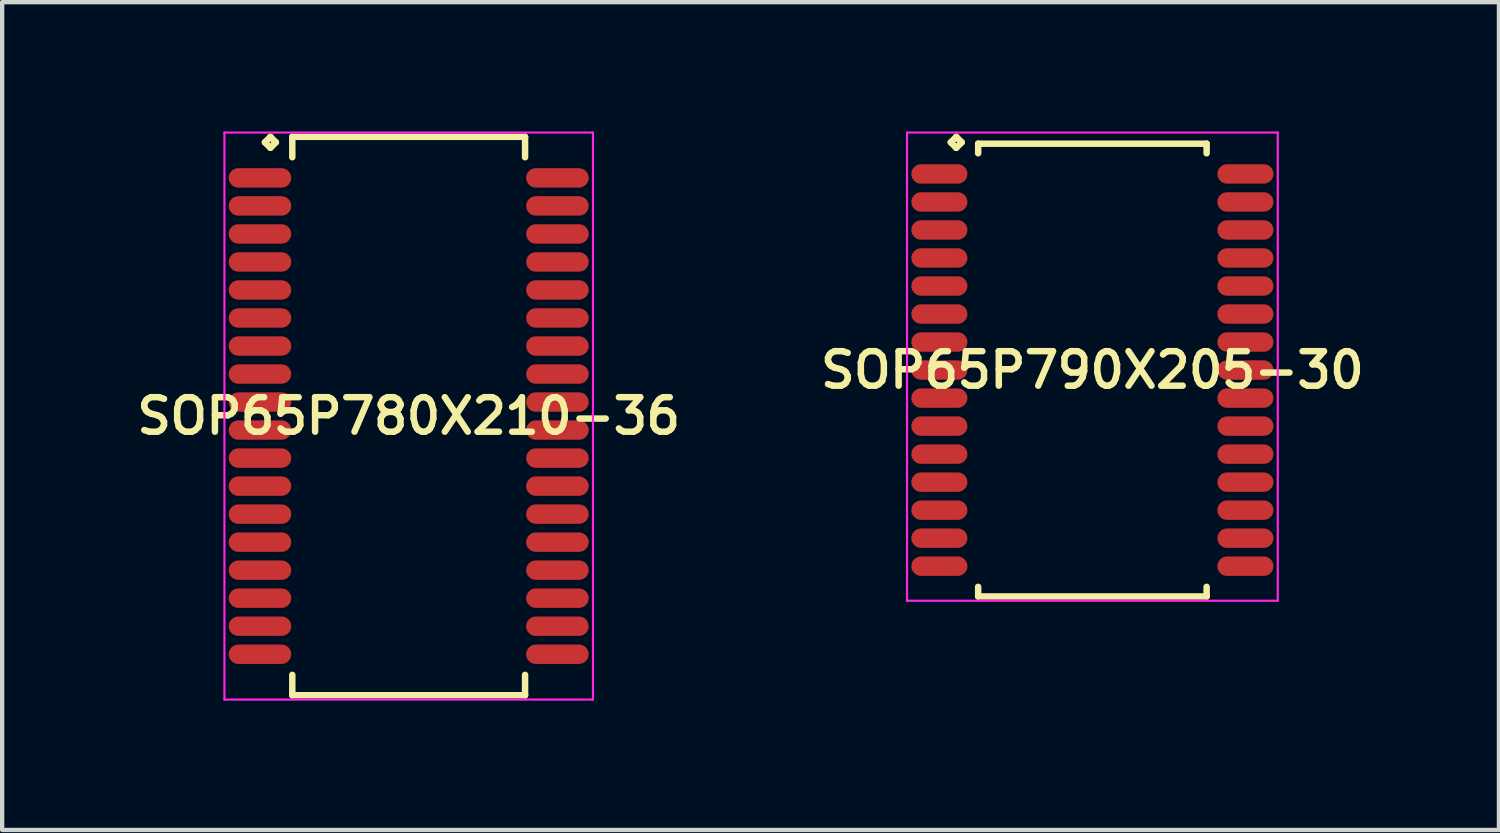
<source format=kicad_pcb>
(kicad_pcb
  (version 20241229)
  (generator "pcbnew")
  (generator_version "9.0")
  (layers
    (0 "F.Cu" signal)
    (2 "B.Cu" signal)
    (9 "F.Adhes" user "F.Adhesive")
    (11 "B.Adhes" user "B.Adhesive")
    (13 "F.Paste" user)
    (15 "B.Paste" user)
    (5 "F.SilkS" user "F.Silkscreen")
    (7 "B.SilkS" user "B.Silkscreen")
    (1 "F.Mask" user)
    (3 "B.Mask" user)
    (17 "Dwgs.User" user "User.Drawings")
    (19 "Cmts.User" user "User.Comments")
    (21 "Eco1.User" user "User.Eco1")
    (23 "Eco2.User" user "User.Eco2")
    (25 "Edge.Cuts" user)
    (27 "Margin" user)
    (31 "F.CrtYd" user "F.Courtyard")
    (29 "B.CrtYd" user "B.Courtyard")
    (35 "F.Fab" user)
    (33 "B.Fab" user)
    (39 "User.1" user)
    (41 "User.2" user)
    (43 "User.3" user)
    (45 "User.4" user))
  (footprint "SOP65P790X205-30"
    (layer "F.Cu")
    (at 22.292 5.535)
    (property "Reference" "SOP65P790X205-30" (at 0 0 0) (layer "F.SilkS") (effects (font (size 0.8 0.8) (thickness 0.15))))
    (attr smd)
    (fp_line (start -3.285 -5.283) (end -3.158 -5.41) (stroke (width 0.15) (type solid)) (layer "F.SilkS"))
    (fp_line (start -3.158 -5.41) (end -3.031 -5.283) (stroke (width 0.15) (type solid)) (layer "F.SilkS"))
    (fp_line (start -3.158 -5.156) (end -3.285 -5.283) (stroke (width 0.15) (type solid)) (layer "F.SilkS"))
    (fp_line (start -3.031 -5.283) (end -3.158 -5.156) (stroke (width 0.15) (type solid)) (layer "F.SilkS"))
    (fp_line (start -2.65 -5.252) (end 2.65 -5.252) (stroke (width 0.15) (type solid)) (layer "F.SilkS"))
    (fp_line (start -2.65 -5.029) (end -2.65 -5.252) (stroke (width 0.15) (type solid)) (layer "F.SilkS"))
    (fp_line (start -2.65 5.029) (end -2.65 5.252) (stroke (width 0.15) (type solid)) (layer "F.SilkS"))
    (fp_line (start -2.65 5.252) (end 2.65 5.252) (stroke (width 0.15) (type solid)) (layer "F.SilkS"))
    (fp_line (start 2.65 -5.252) (end 2.65 -5.029) (stroke (width 0.15) (type solid)) (layer "F.SilkS"))
    (fp_line (start 2.65 5.252) (end 2.65 5.029) (stroke (width 0.15) (type solid)) (layer "F.SilkS"))
    (fp_line (start -4.3 -5.51) (end 4.3 -5.51) (stroke (width 0.05) (type solid)) (layer "F.CrtYd"))
    (fp_line (start -4.3 5.352) (end -4.3 -5.51) (stroke (width 0.05) (type solid)) (layer "F.CrtYd"))
    (fp_line (start 4.3 -5.51) (end 4.3 5.352) (stroke (width 0.05) (type solid)) (layer "F.CrtYd"))
    (fp_line (start 4.3 5.352) (end -4.3 5.352) (stroke (width 0.05) (type solid)) (layer "F.CrtYd"))
    (pad "1" smd oval (at -3.55 -4.55) (size 1.3 0.45) (layers "F.Cu" "F.Mask" "F.Paste"))
    (pad "2" smd oval (at -3.55 -3.9) (size 1.3 0.45) (layers "F.Cu" "F.Mask" "F.Paste"))
    (pad "3" smd oval (at -3.55 -3.25) (size 1.3 0.45) (layers "F.Cu" "F.Mask" "F.Paste"))
    (pad "4" smd oval (at -3.55 -2.6) (size 1.3 0.45) (layers "F.Cu" "F.Mask" "F.Paste"))
    (pad "5" smd oval (at -3.55 -1.95) (size 1.3 0.45) (layers "F.Cu" "F.Mask" "F.Paste"))
    (pad "6" smd oval (at -3.55 -1.3) (size 1.3 0.45) (layers "F.Cu" "F.Mask" "F.Paste"))
    (pad "7" smd oval (at -3.55 -0.65) (size 1.3 0.45) (layers "F.Cu" "F.Mask" "F.Paste"))
    (pad "8" smd oval (at -3.55 0) (size 1.3 0.45) (layers "F.Cu" "F.Mask" "F.Paste"))
    (pad "9" smd oval (at -3.55 0.65) (size 1.3 0.45) (layers "F.Cu" "F.Mask" "F.Paste"))
    (pad "10" smd oval (at -3.55 1.3) (size 1.3 0.45) (layers "F.Cu" "F.Mask" "F.Paste"))
    (pad "11" smd oval (at -3.55 1.95) (size 1.3 0.45) (layers "F.Cu" "F.Mask" "F.Paste"))
    (pad "12" smd oval (at -3.55 2.6) (size 1.3 0.45) (layers "F.Cu" "F.Mask" "F.Paste"))
    (pad "13" smd oval (at -3.55 3.25) (size 1.3 0.45) (layers "F.Cu" "F.Mask" "F.Paste"))
    (pad "14" smd oval (at -3.55 3.9) (size 1.3 0.45) (layers "F.Cu" "F.Mask" "F.Paste"))
    (pad "15" smd oval (at -3.55 4.55) (size 1.3 0.45) (layers "F.Cu" "F.Mask" "F.Paste"))
    (pad "16" smd oval (at 3.55 4.55) (size 1.3 0.45) (layers "F.Cu" "F.Mask" "F.Paste"))
    (pad "17" smd oval (at 3.55 3.9) (size 1.3 0.45) (layers "F.Cu" "F.Mask" "F.Paste"))
    (pad "18" smd oval (at 3.55 3.25) (size 1.3 0.45) (layers "F.Cu" "F.Mask" "F.Paste"))
    (pad "19" smd oval (at 3.55 2.6) (size 1.3 0.45) (layers "F.Cu" "F.Mask" "F.Paste"))
    (pad "20" smd oval (at 3.55 1.95) (size 1.3 0.45) (layers "F.Cu" "F.Mask" "F.Paste"))
    (pad "21" smd oval (at 3.55 1.3) (size 1.3 0.45) (layers "F.Cu" "F.Mask" "F.Paste"))
    (pad "22" smd oval (at 3.55 0.65) (size 1.3 0.45) (layers "F.Cu" "F.Mask" "F.Paste"))
    (pad "23" smd oval (at 3.55 0) (size 1.3 0.45) (layers "F.Cu" "F.Mask" "F.Paste"))
    (pad "24" smd oval (at 3.55 -0.65) (size 1.3 0.45) (layers "F.Cu" "F.Mask" "F.Paste"))
    (pad "25" smd oval (at 3.55 -1.3) (size 1.3 0.45) (layers "F.Cu" "F.Mask" "F.Paste"))
    (pad "26" smd oval (at 3.55 -1.95) (size 1.3 0.45) (layers "F.Cu" "F.Mask" "F.Paste"))
    (pad "27" smd oval (at 3.55 -2.6) (size 1.3 0.45) (layers "F.Cu" "F.Mask" "F.Paste"))
    (pad "28" smd oval (at 3.55 -3.25) (size 1.3 0.45) (layers "F.Cu" "F.Mask" "F.Paste"))
    (pad "29" smd oval (at 3.55 -3.9) (size 1.3 0.45) (layers "F.Cu" "F.Mask" "F.Paste"))
    (pad "30" smd oval (at 3.55 -4.55) (size 1.3 0.45) (layers "F.Cu" "F.Mask" "F.Paste")))
  (footprint "SOP65P780X210-36"
    (layer "F.Cu")
    (at 6.431 6.602)
    (property "Reference" "SOP65P780X210-36" (at 0 0 0) (layer "F.SilkS") (effects (font (size 0.8 0.8) (thickness 0.15))))
    (attr smd)
    (fp_line (start -3.335 -6.35) (end -3.208 -6.477) (stroke (width 0.15) (type solid)) (layer "F.SilkS"))
    (fp_line (start -3.208 -6.477) (end -3.081 -6.35) (stroke (width 0.15) (type solid)) (layer "F.SilkS"))
    (fp_line (start -3.208 -6.223) (end -3.335 -6.35) (stroke (width 0.15) (type solid)) (layer "F.SilkS"))
    (fp_line (start -3.081 -6.35) (end -3.208 -6.223) (stroke (width 0.15) (type solid)) (layer "F.SilkS"))
    (fp_line (start -2.7 -6.477) (end 2.7 -6.477) (stroke (width 0.15) (type solid)) (layer "F.SilkS"))
    (fp_line (start -2.7 -6.004) (end -2.7 -6.477) (stroke (width 0.15) (type solid)) (layer "F.SilkS"))
    (fp_line (start -2.7 6.004) (end -2.7 6.477) (stroke (width 0.15) (type solid)) (layer "F.SilkS"))
    (fp_line (start -2.7 6.477) (end 2.7 6.477) (stroke (width 0.15) (type solid)) (layer "F.SilkS"))
    (fp_line (start 2.7 -6.477) (end 2.7 -6.004) (stroke (width 0.15) (type solid)) (layer "F.SilkS"))
    (fp_line (start 2.7 6.477) (end 2.7 6.004) (stroke (width 0.15) (type solid)) (layer "F.SilkS"))
    (fp_line (start -4.275 -6.577) (end 4.275 -6.577) (stroke (width 0.05) (type solid)) (layer "F.CrtYd"))
    (fp_line (start -4.275 6.577) (end -4.275 -6.577) (stroke (width 0.05) (type solid)) (layer "F.CrtYd"))
    (fp_line (start 4.275 -6.577) (end 4.275 6.577) (stroke (width 0.05) (type solid)) (layer "F.CrtYd"))
    (fp_line (start 4.275 6.577) (end -4.275 6.577) (stroke (width 0.05) (type solid)) (layer "F.CrtYd"))
    (pad "1" smd oval (at -3.45 -5.525) (size 1.45 0.45) (layers "F.Cu" "F.Mask" "F.Paste"))
    (pad "2" smd oval (at -3.45 -4.875) (size 1.45 0.45) (layers "F.Cu" "F.Mask" "F.Paste"))
    (pad "3" smd oval (at -3.45 -4.225) (size 1.45 0.45) (layers "F.Cu" "F.Mask" "F.Paste"))
    (pad "4" smd oval (at -3.45 -3.575) (size 1.45 0.45) (layers "F.Cu" "F.Mask" "F.Paste"))
    (pad "5" smd oval (at -3.45 -2.925) (size 1.45 0.45) (layers "F.Cu" "F.Mask" "F.Paste"))
    (pad "6" smd oval (at -3.45 -2.275) (size 1.45 0.45) (layers "F.Cu" "F.Mask" "F.Paste"))
    (pad "7" smd oval (at -3.45 -1.625) (size 1.45 0.45) (layers "F.Cu" "F.Mask" "F.Paste"))
    (pad "8" smd oval (at -3.45 -0.975) (size 1.45 0.45) (layers "F.Cu" "F.Mask" "F.Paste"))
    (pad "9" smd oval (at -3.45 -0.325) (size 1.45 0.45) (layers "F.Cu" "F.Mask" "F.Paste"))
    (pad "10" smd oval (at -3.45 0.325) (size 1.45 0.45) (layers "F.Cu" "F.Mask" "F.Paste"))
    (pad "11" smd oval (at -3.45 0.975) (size 1.45 0.45) (layers "F.Cu" "F.Mask" "F.Paste"))
    (pad "12" smd oval (at -3.45 1.625) (size 1.45 0.45) (layers "F.Cu" "F.Mask" "F.Paste"))
    (pad "13" smd oval (at -3.45 2.275) (size 1.45 0.45) (layers "F.Cu" "F.Mask" "F.Paste"))
    (pad "14" smd oval (at -3.45 2.925) (size 1.45 0.45) (layers "F.Cu" "F.Mask" "F.Paste"))
    (pad "15" smd oval (at -3.45 3.575) (size 1.45 0.45) (layers "F.Cu" "F.Mask" "F.Paste"))
    (pad "16" smd oval (at -3.45 4.225) (size 1.45 0.45) (layers "F.Cu" "F.Mask" "F.Paste"))
    (pad "17" smd oval (at -3.45 4.875) (size 1.45 0.45) (layers "F.Cu" "F.Mask" "F.Paste"))
    (pad "18" smd oval (at -3.45 5.525) (size 1.45 0.45) (layers "F.Cu" "F.Mask" "F.Paste"))
    (pad "19" smd oval (at 3.45 5.525) (size 1.45 0.45) (layers "F.Cu" "F.Mask" "F.Paste"))
    (pad "20" smd oval (at 3.45 4.875) (size 1.45 0.45) (layers "F.Cu" "F.Mask" "F.Paste"))
    (pad "21" smd oval (at 3.45 4.225) (size 1.45 0.45) (layers "F.Cu" "F.Mask" "F.Paste"))
    (pad "22" smd oval (at 3.45 3.575) (size 1.45 0.45) (layers "F.Cu" "F.Mask" "F.Paste"))
    (pad "23" smd oval (at 3.45 2.925) (size 1.45 0.45) (layers "F.Cu" "F.Mask" "F.Paste"))
    (pad "24" smd oval (at 3.45 2.275) (size 1.45 0.45) (layers "F.Cu" "F.Mask" "F.Paste"))
    (pad "25" smd oval (at 3.45 1.625) (size 1.45 0.45) (layers "F.Cu" "F.Mask" "F.Paste"))
    (pad "26" smd oval (at 3.45 0.975) (size 1.45 0.45) (layers "F.Cu" "F.Mask" "F.Paste"))
    (pad "27" smd oval (at 3.45 0.325) (size 1.45 0.45) (layers "F.Cu" "F.Mask" "F.Paste"))
    (pad "28" smd oval (at 3.45 -0.325) (size 1.45 0.45) (layers "F.Cu" "F.Mask" "F.Paste"))
    (pad "29" smd oval (at 3.45 -0.975) (size 1.45 0.45) (layers "F.Cu" "F.Mask" "F.Paste"))
    (pad "30" smd oval (at 3.45 -1.625) (size 1.45 0.45) (layers "F.Cu" "F.Mask" "F.Paste"))
    (pad "31" smd oval (at 3.45 -2.275) (size 1.45 0.45) (layers "F.Cu" "F.Mask" "F.Paste"))
    (pad "32" smd oval (at 3.45 -2.925) (size 1.45 0.45) (layers "F.Cu" "F.Mask" "F.Paste"))
    (pad "33" smd oval (at 3.45 -3.575) (size 1.45 0.45) (layers "F.Cu" "F.Mask" "F.Paste"))
    (pad "34" smd oval (at 3.45 -4.225) (size 1.45 0.45) (layers "F.Cu" "F.Mask" "F.Paste"))
    (pad "35" smd oval (at 3.45 -4.875) (size 1.45 0.45) (layers "F.Cu" "F.Mask" "F.Paste"))
    (pad "36" smd oval (at 3.45 -5.525) (size 1.45 0.45) (layers "F.Cu" "F.Mask" "F.Paste")))
  (gr_rect
    (start -3 -3)
    (end 31.723 16.204)
    (stroke (width 0.1) (type default))
    (fill no)
    (layer "Edge.Cuts")))
</source>
